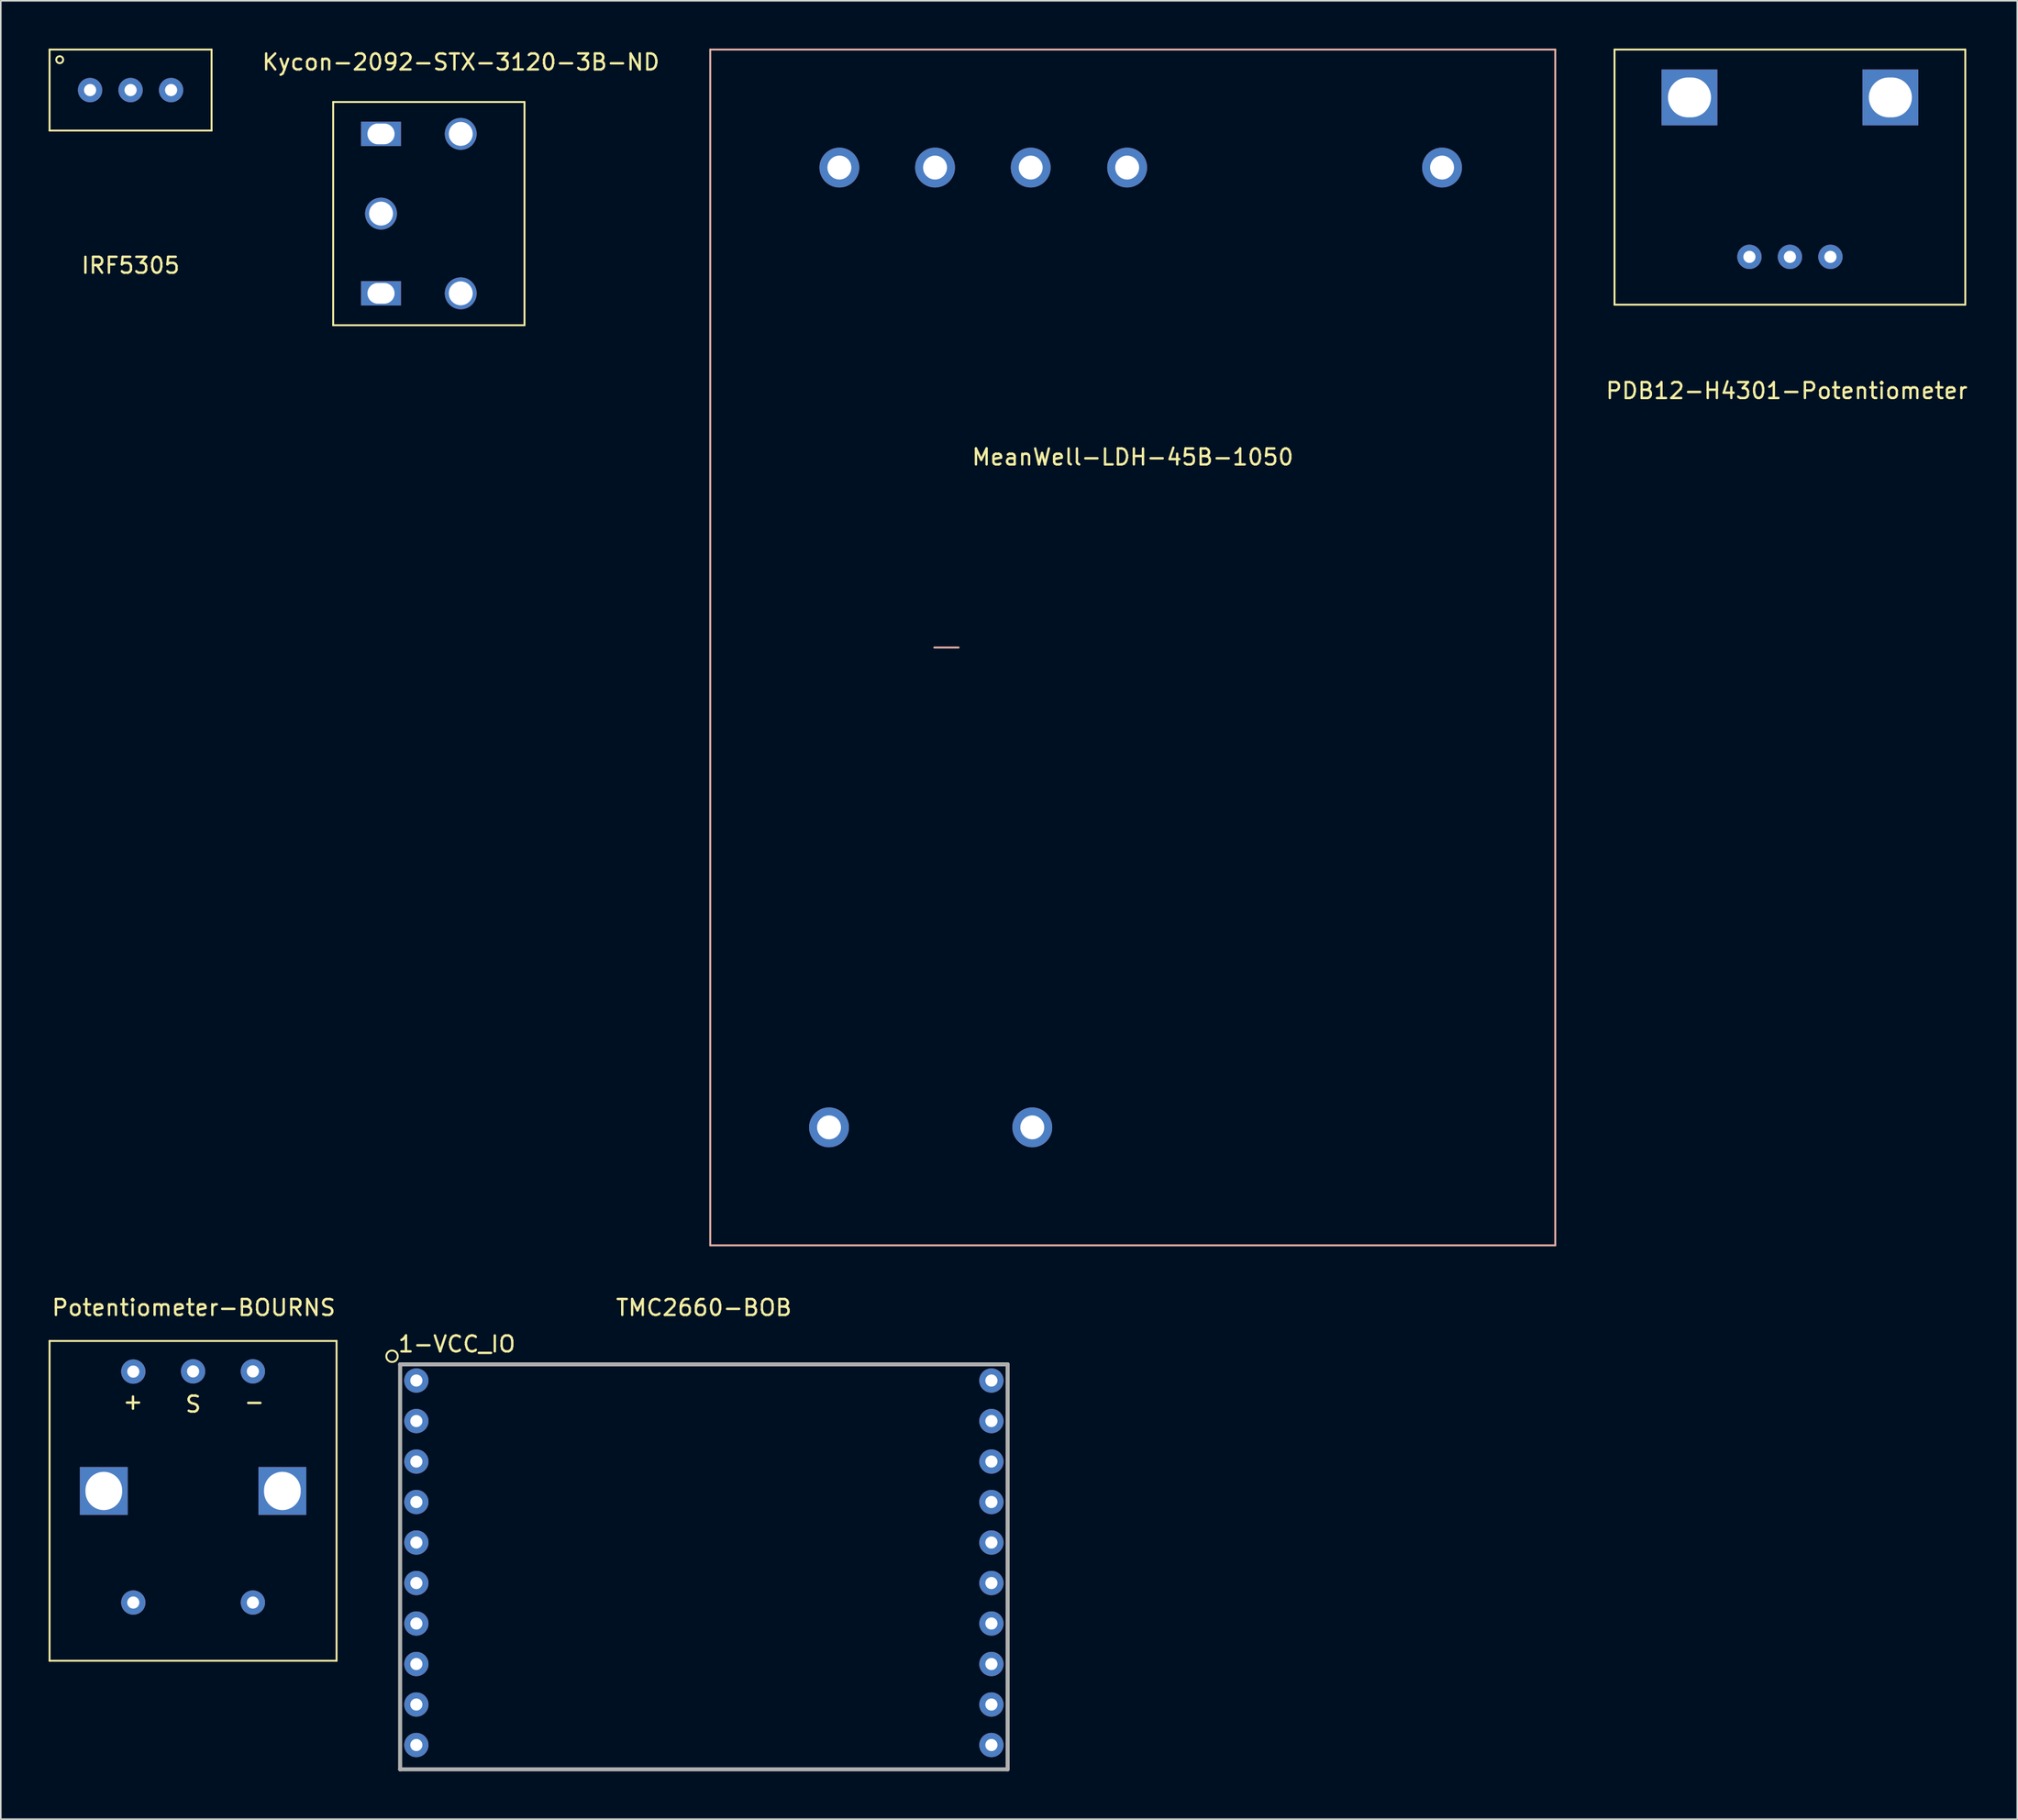
<source format=kicad_pcb>
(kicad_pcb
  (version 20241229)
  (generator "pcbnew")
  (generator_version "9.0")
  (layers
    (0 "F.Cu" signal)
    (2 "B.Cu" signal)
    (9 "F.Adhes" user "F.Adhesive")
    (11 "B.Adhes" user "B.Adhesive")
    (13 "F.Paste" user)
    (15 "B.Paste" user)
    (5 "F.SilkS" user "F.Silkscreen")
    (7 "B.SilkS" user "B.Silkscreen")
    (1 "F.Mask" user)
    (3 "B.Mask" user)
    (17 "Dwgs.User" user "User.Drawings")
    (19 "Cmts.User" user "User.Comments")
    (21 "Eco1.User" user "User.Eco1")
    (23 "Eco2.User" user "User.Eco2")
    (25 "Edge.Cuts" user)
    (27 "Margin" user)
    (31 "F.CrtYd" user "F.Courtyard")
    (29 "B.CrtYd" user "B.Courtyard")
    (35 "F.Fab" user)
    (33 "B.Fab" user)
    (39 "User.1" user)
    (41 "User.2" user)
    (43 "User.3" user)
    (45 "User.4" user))
  (footprint "Potentiometer-BOURNS"
    (layer "F.Cu")
    (at 9.06 82.964)
    (property "Reference" "Potentiometer-BOURNS" (at 0.04 -3.996 0) (layer "F.SilkS") (effects (font (size 1 1) (thickness 0.15))))
    (attr through_hole)
    (fp_line (start -9 -1.906) (end 9 -1.906) (stroke (width 0.12) (type solid)) (layer "F.SilkS"))
    (fp_line (start -9 18.15) (end -9 -1.906) (stroke (width 0.12) (type solid)) (layer "F.SilkS"))
    (fp_line (start -9 18.15) (end 9 18.15) (stroke (width 0.12) (type solid)) (layer "F.SilkS"))
    (fp_line (start 9 18.15) (end 9 -1.906) (stroke (width 0.12) (type solid)) (layer "F.SilkS"))
    (fp_text user "S" (at 0.01 2.064 0) (layer "F.SilkS") (effects (font (size 1 1) (thickness 0.15))))
    (fp_text user "+" (at -3.77 1.884 0) (layer "F.SilkS") (effects (font (size 1 1) (thickness 0.15))))
    (fp_text user "-" (at 3.84 1.904 0) (layer "F.SilkS") (effects (font (size 1 1) (thickness 0.15))))
    (pad "" thru_hole rect (at -5.6 7.5) (size 3 3) (drill oval 2.3 2.4) (layers "*.Cu" "*.Mask"))
    (pad "" thru_hole rect (at 5.6 7.5) (size 3 3) (drill oval 2.3 2.4) (layers "*.Cu" "*.Mask"))
    (pad "1" thru_hole circle (at -3.75 0.014) (size 1.524 1.524) (drill 0.762) (layers "*.Cu" "*.Mask"))
    (pad "2" thru_hole circle (at 0 0) (size 1.524 1.524) (drill 0.762) (layers "*.Cu" "*.Mask"))
    (pad "3" thru_hole circle (at 3.75 0) (size 1.524 1.524) (drill 0.762) (layers "*.Cu" "*.Mask"))
    (pad "4" thru_hole circle (at 3.75 14.5) (size 1.524 1.524) (drill 0.762) (layers "*.Cu" "*.Mask"))
    (pad "5" thru_hole circle (at -3.75 14.5) (size 1.524 1.524) (drill 0.762) (layers "*.Cu" "*.Mask")))
  (footprint "TMC2660-BOB"
    (layer "F.Cu")
    (at 41.097 95.224)
    (property "Reference" "TMC2660-BOB" (at 0 -16.256 0) (layer "F.SilkS") (effects (font (size 1 1) (thickness 0.15))))
    (attr through_hole)
    (fp_circle (center -19.558 -13.208) (end -19.812 -13.462) (stroke (width 0.12) (type solid)) (fill no) (layer "F.SilkS"))
    (fp_line (start -19.05 -12.7) (end -19.05 12.7) (stroke (width 0.254) (type solid)) (layer "F.Fab"))
    (fp_line (start -19.05 -12.7) (end 19.05 -12.7) (stroke (width 0.254) (type solid)) (layer "F.Fab"))
    (fp_line (start -19.05 12.7) (end 19.05 12.7) (stroke (width 0.254) (type solid)) (layer "F.Fab"))
    (fp_line (start 19.05 -12.7) (end 19.05 12.7) (stroke (width 0.254) (type solid)) (layer "F.Fab"))
    (fp_text user "1-VCC_IO" (at -15.494 -13.97 0) (layer "F.SilkS") (effects (font (size 1 1) (thickness 0.15))))
    (pad "1" thru_hole circle (at -18.034 -11.684) (size 1.524 1.524) (drill 0.762) (layers "*.Cu" "*.Mask"))
    (pad "2" thru_hole circle (at -18.034 -9.144) (size 1.524 1.524) (drill 0.762) (layers "*.Cu" "*.Mask"))
    (pad "3" thru_hole circle (at -18.034 -6.604) (size 1.524 1.524) (drill 0.762) (layers "*.Cu" "*.Mask"))
    (pad "4" thru_hole circle (at -18.034 -4.064) (size 1.524 1.524) (drill 0.762) (layers "*.Cu" "*.Mask"))
    (pad "5" thru_hole circle (at -18.034 -1.524) (size 1.524 1.524) (drill 0.762) (layers "*.Cu" "*.Mask"))
    (pad "6" thru_hole circle (at -18.034 1.016) (size 1.524 1.524) (drill 0.762) (layers "*.Cu" "*.Mask"))
    (pad "7" thru_hole circle (at -18.034 3.556) (size 1.524 1.524) (drill 0.762) (layers "*.Cu" "*.Mask"))
    (pad "8" thru_hole circle (at -18.034 6.096) (size 1.524 1.524) (drill 0.762) (layers "*.Cu" "*.Mask"))
    (pad "9" thru_hole circle (at -18.034 8.636) (size 1.524 1.524) (drill 0.762) (layers "*.Cu" "*.Mask"))
    (pad "10" thru_hole circle (at -18.034 11.176) (size 1.524 1.524) (drill 0.762) (layers "*.Cu" "*.Mask"))
    (pad "11" thru_hole circle (at 18.034 11.176) (size 1.524 1.524) (drill 0.762) (layers "*.Cu" "*.Mask"))
    (pad "12" thru_hole circle (at 18.034 8.636) (size 1.524 1.524) (drill 0.762) (layers "*.Cu" "*.Mask"))
    (pad "13" thru_hole circle (at 18.034 6.096) (size 1.524 1.524) (drill 0.762) (layers "*.Cu" "*.Mask"))
    (pad "14" thru_hole circle (at 18.034 3.556) (size 1.524 1.524) (drill 0.762) (layers "*.Cu" "*.Mask"))
    (pad "15" thru_hole circle (at 18.034 1.016) (size 1.524 1.524) (drill 0.762) (layers "*.Cu" "*.Mask"))
    (pad "16" thru_hole circle (at 18.034 -1.524) (size 1.524 1.524) (drill 0.762) (layers "*.Cu" "*.Mask"))
    (pad "17" thru_hole circle (at 18.034 -4.064) (size 1.524 1.524) (drill 0.762) (layers "*.Cu" "*.Mask"))
    (pad "18" thru_hole circle (at 18.034 -6.604) (size 1.524 1.524) (drill 0.762) (layers "*.Cu" "*.Mask"))
    (pad "19" thru_hole circle (at 18.034 -9.144) (size 1.524 1.524) (drill 0.762) (layers "*.Cu" "*.Mask"))
    (pad "20" thru_hole circle (at 18.034 -11.684) (size 1.524 1.524) (drill 0.762) (layers "*.Cu" "*.Mask")))
  (footprint "Kycon-2092-STX-3120-3B-ND‎"
    (layer "F.Cu")
    (at 25.847 10.348)
    (property "Reference" "Kycon-2092-STX-3120-3B-ND‎" (at 0.01 -9.5 0) (layer "F.SilkS") (effects (font (size 1 1) (thickness 0.15))))
    (attr through_hole)
    (fp_line (start -8 -7) (end -8 7) (stroke (width 0.12) (type solid)) (layer "F.SilkS"))
    (fp_line (start -8 7) (end 4 7) (stroke (width 0.12) (type solid)) (layer "F.SilkS"))
    (fp_line (start 4 -7) (end -8 -7) (stroke (width 0.12) (type solid)) (layer "F.SilkS"))
    (fp_line (start 4 -7) (end 4 7) (stroke (width 0.12) (type solid)) (layer "F.SilkS"))
    (pad "1" thru_hole circle (at -5 0) (size 2 2) (drill 1.5) (layers "*.Cu" "*.Mask"))
    (pad "2" thru_hole circle (at 0 5) (size 2 2) (drill 1.5) (layers "*.Cu" "*.Mask"))
    (pad "5" thru_hole rect (at -5 5) (size 2.5 1.524) (drill oval 1.7 1.3) (layers "*.Cu" "*.Mask"))
    (pad "5" thru_hole circle (at 0 -5) (size 2 2) (drill 1.5) (layers "*.Cu" "*.Mask"))
    (pad "6" thru_hole rect (at -5 -5) (size 2.5 1.524) (drill oval 1.7 1.3) (layers "*.Cu" "*.Mask")))
  (footprint "IRF5305"
    (layer "F.Cu")
    (at 5.14 2.6)
    (property "Reference" "IRF5305" (at 0 11 0) (layer "F.SilkS") (effects (font (size 1 1) (thickness 0.15))))
    (attr through_hole)
    (fp_line (start -5.08 -2.54) (end 5.08 -2.54) (stroke (width 0.12) (type solid)) (layer "F.SilkS"))
    (fp_line (start -5.08 2.54) (end -5.08 -2.54) (stroke (width 0.12) (type solid)) (layer "F.SilkS"))
    (fp_line (start 5.08 -2.54) (end 5.08 2.54) (stroke (width 0.12) (type solid)) (layer "F.SilkS"))
    (fp_line (start 5.08 2.54) (end -5.08 2.54) (stroke (width 0.12) (type solid)) (layer "F.SilkS"))
    (fp_circle (center -4.445 -1.905) (end -4.572 -2.083) (stroke (width 0.12) (type solid)) (fill no) (layer "F.SilkS"))
    (pad "1" thru_hole circle (at 0 0) (size 1.524 1.524) (drill 0.762) (layers "*.Cu" "*.Mask"))
    (pad "4" thru_hole circle (at -2.54 0) (size 1.524 1.524) (drill 0.762) (layers "*.Cu" "*.Mask"))
    (pad "8" thru_hole circle (at 2.54 0) (size 1.524 1.524) (drill 0.762) (layers "*.Cu" "*.Mask")))
  (footprint "MeanWell-LDH-45B-1050"
    (layer "F.Cu")
    (at 68.045 37.76)
    (property "Reference" "MeanWell-LDH-45B-1050" (at -0.05 -12.138 180) (layer "F.SilkS") (effects (font (size 1 1) (thickness 0.15))))
    (attr through_hole)
    (fp_line (start -26.55 -37.7) (end -26.55 37.3) (stroke (width 0.12) (type solid)) (layer "B.SilkS"))
    (fp_line (start -12.496 -0.2) (end -10.972 -0.2) (stroke (width 0.12) (type solid)) (layer "B.SilkS"))
    (fp_line (start 26.45 -37.7) (end -26.55 -37.7) (stroke (width 0.12) (type solid)) (layer "B.SilkS"))
    (fp_line (start 26.45 -37.7) (end 26.45 37.3) (stroke (width 0.12) (type solid)) (layer "B.SilkS"))
    (fp_line (start 26.45 37.3) (end -26.55 37.3) (stroke (width 0.12) (type solid)) (layer "B.SilkS"))
    (pad "1" thru_hole circle (at -18.45 -30.3 180) (size 2.5 2.5) (drill 1.5) (layers "*.Cu" "*.Mask"))
    (pad "2" thru_hole circle (at -12.45 -30.3 180) (size 2.5 2.5) (drill 1.5) (layers "*.Cu" "*.Mask"))
    (pad "3" thru_hole circle (at -6.45 -30.3 180) (size 2.5 2.5) (drill 1.5) (layers "*.Cu" "*.Mask"))
    (pad "4" thru_hole circle (at -0.4 -30.3 180) (size 2.5 2.5) (drill 1.5) (layers "*.Cu" "*.Mask"))
    (pad "5" thru_hole circle (at 19.35 -30.3 180) (size 2.5 2.5) (drill 1.5) (layers "*.Cu" "*.Mask"))
    (pad "6" thru_hole circle (at -19.1 29.9 180) (size 2.5 2.5) (drill 1.5) (layers "*.Cu" "*.Mask"))
    (pad "7" thru_hole circle (at -6.35 29.9 180) (size 2.5 2.5) (drill 1.5) (layers "*.Cu" "*.Mask")))
  (footprint "PDB12-H4301-Potentiometer"
    (layer "F.Cu")
    (at 109.213 13.06)
    (property "Reference" "PDB12-H4301-Potentiometer" (at -0.2 8.4 0) (layer "F.SilkS") (effects (font (size 1 1) (thickness 0.15))))
    (attr through_hole)
    (fp_line (start -11 -13) (end -11 3) (stroke (width 0.12) (type solid)) (layer "F.SilkS"))
    (fp_line (start -11 3) (end 11 3) (stroke (width 0.12) (type solid)) (layer "F.SilkS"))
    (fp_line (start 11 -13) (end -11 -13) (stroke (width 0.12) (type solid)) (layer "F.SilkS"))
    (fp_line (start 11 3) (end 11 -13) (stroke (width 0.12) (type solid)) (layer "F.SilkS"))
    (pad "1" thru_hole circle (at -2.54 0) (size 1.524 1.524) (drill 0.762) (layers "*.Cu" "*.Mask"))
    (pad "2" thru_hole circle (at 0 0) (size 1.524 1.524) (drill 0.762) (layers "*.Cu" "*.Mask"))
    (pad "3" thru_hole circle (at 2.54 0) (size 1.524 1.524) (drill 0.762) (layers "*.Cu" "*.Mask"))
    (pad "4" thru_hole rect (at -6.3 -10) (size 3.5 3.5) (drill oval 2.7 2.5) (layers "*.Cu" "*.Mask"))
    (pad "4" thru_hole rect (at 6.3 -10) (size 3.5 3.5) (drill oval 2.7 2.5) (layers "*.Cu" "*.Mask")))
  (gr_rect
    (start -3 -3)
    (end 123.471 111.051)
    (stroke (width 0.1) (type default))
    (fill no)
    (layer "Edge.Cuts")))
</source>
